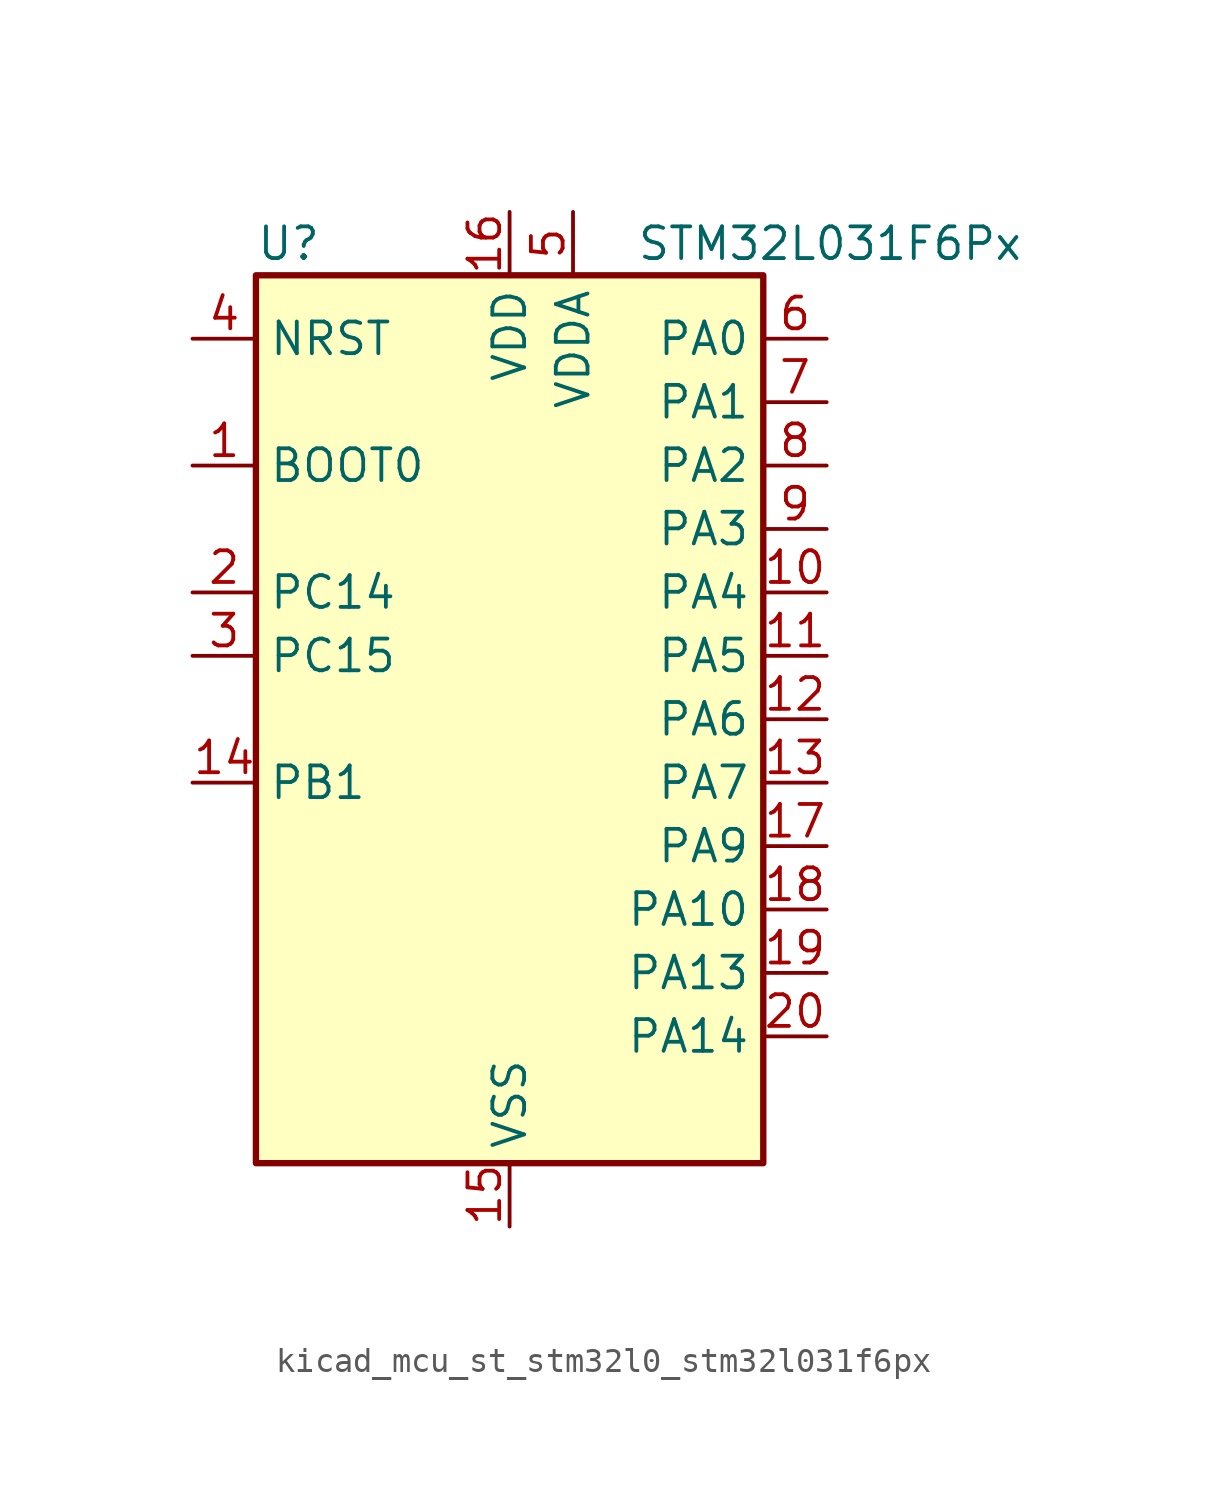
<source format=kicad_sym>
(kicad_symbol_lib
  (version 20220914)
  (generator kicad_symbol_editor)
  (symbol "kicad_mcu_st_stm32l0_stm32l031f6px"
    (property "Reference" "U"
      (at -10.16 19.05 0)
      (effects (font (size 1.27 1.27)) (justify left)))
    (property "Value" "STM32L031F6Px"
      (at 5.08 19.05 0)
      (effects (font (size 1.27 1.27)) (justify left)))
    (property "ki_locked" ""
      (at 0 0 0)
      (effects (font (size 1.27 1.27))))
    (symbol "kicad_mcu_st_stm32l0_stm32l031f6px_0_1"
      (rectangle (start -10.16 -17.78) (end 10.16 17.78) (stroke (width 0.254) (type default)) (fill (type background))))
    (symbol "kicad_mcu_st_stm32l0_stm32l031f6px_1_1"
      (pin input line (at -12.7 10.16 0) (length 2.54) (name "BOOT0" (effects (font (size 1.27 1.27)))) (number "1" (effects (font (size 1.27 1.27)))))
      (pin bidirectional line (at 12.7 5.08 180) (length 2.54) (name "PA4" (effects (font (size 1.27 1.27)))) (number "10" (effects (font (size 1.27 1.27)))) (alternate "ADC_IN4" bidirectional line) (alternate "COMP1_INM" bidirectional line) (alternate "COMP2_INM" bidirectional line) (alternate "LPTIM1_IN1" bidirectional line) (alternate "SPI1_NSS" bidirectional line) (alternate "TIM22_ETR" bidirectional line) (alternate "USART2_CK" bidirectional line))
      (pin bidirectional line (at 12.7 2.54 180) (length 2.54) (name "PA5" (effects (font (size 1.27 1.27)))) (number "11" (effects (font (size 1.27 1.27)))) (alternate "ADC_IN5" bidirectional line) (alternate "COMP1_INM" bidirectional line) (alternate "COMP2_INM" bidirectional line) (alternate "LPTIM1_IN2" bidirectional line) (alternate "SPI1_SCK" bidirectional line) (alternate "TIM2_CH1" bidirectional line) (alternate "TIM2_ETR" bidirectional line))
      (pin bidirectional line (at 12.7 0 180) (length 2.54) (name "PA6" (effects (font (size 1.27 1.27)))) (number "12" (effects (font (size 1.27 1.27)))) (alternate "ADC_IN6" bidirectional line) (alternate "COMP1_OUT" bidirectional line) (alternate "LPTIM1_ETR" bidirectional line) (alternate "LPUART1_CTS" bidirectional line) (alternate "SPI1_MISO" bidirectional line) (alternate "TIM22_CH1" bidirectional line))
      (pin bidirectional line (at 12.7 -2.54 180) (length 2.54) (name "PA7" (effects (font (size 1.27 1.27)))) (number "13" (effects (font (size 1.27 1.27)))) (alternate "ADC_IN7" bidirectional line) (alternate "COMP2_OUT" bidirectional line) (alternate "LPTIM1_OUT" bidirectional line) (alternate "SPI1_MOSI" bidirectional line) (alternate "TIM22_CH2" bidirectional line) (alternate "USART2_CTS" bidirectional line))
      (pin bidirectional line (at -12.7 -2.54 0) (length 2.54) (name "PB1" (effects (font (size 1.27 1.27)))) (number "14" (effects (font (size 1.27 1.27)))) (alternate "ADC_IN9" bidirectional line) (alternate "LPUART1_DE" bidirectional line) (alternate "LPUART1_RTS" bidirectional line) (alternate "SPI1_MOSI" bidirectional line) (alternate "SYS_VREF_OUT_PB1" bidirectional line) (alternate "TIM2_CH4" bidirectional line) (alternate "USART2_CK" bidirectional line))
      (pin power_in line (at 0 -20.32 90) (length 2.54) (name "VSS" (effects (font (size 1.27 1.27)))) (number "15" (effects (font (size 1.27 1.27)))))
      (pin power_in line (at 0 20.32 270) (length 2.54) (name "VDD" (effects (font (size 1.27 1.27)))) (number "16" (effects (font (size 1.27 1.27)))))
      (pin bidirectional line (at 12.7 -5.08 180) (length 2.54) (name "PA9" (effects (font (size 1.27 1.27)))) (number "17" (effects (font (size 1.27 1.27)))) (alternate "I2C1_SCL" bidirectional line) (alternate "RCC_MCO" bidirectional line) (alternate "TIM22_CH1" bidirectional line) (alternate "USART2_TX" bidirectional line))
      (pin bidirectional line (at 12.7 -7.62 180) (length 2.54) (name "PA10" (effects (font (size 1.27 1.27)))) (number "18" (effects (font (size 1.27 1.27)))) (alternate "I2C1_SDA" bidirectional line) (alternate "TIM22_CH2" bidirectional line) (alternate "USART2_RX" bidirectional line))
      (pin bidirectional line (at 12.7 -10.16 180) (length 2.54) (name "PA13" (effects (font (size 1.27 1.27)))) (number "19" (effects (font (size 1.27 1.27)))) (alternate "LPTIM1_ETR" bidirectional line) (alternate "LPUART1_RX" bidirectional line) (alternate "SYS_SWDIO" bidirectional line))
      (pin bidirectional line (at -12.7 5.08 0) (length 2.54) (name "PC14" (effects (font (size 1.27 1.27)))) (number "2" (effects (font (size 1.27 1.27)))) (alternate "RCC_OSC32_IN" bidirectional line))
      (pin bidirectional line (at 12.7 -12.7 180) (length 2.54) (name "PA14" (effects (font (size 1.27 1.27)))) (number "20" (effects (font (size 1.27 1.27)))) (alternate "I2C1_SMBA" bidirectional line) (alternate "LPTIM1_OUT" bidirectional line) (alternate "LPUART1_TX" bidirectional line) (alternate "SYS_SWCLK" bidirectional line) (alternate "USART2_TX" bidirectional line))
      (pin bidirectional line (at -12.7 2.54 0) (length 2.54) (name "PC15" (effects (font (size 1.27 1.27)))) (number "3" (effects (font (size 1.27 1.27)))) (alternate "RCC_OSC32_OUT" bidirectional line))
      (pin input line (at -12.7 15.24 0) (length 2.54) (name "NRST" (effects (font (size 1.27 1.27)))) (number "4" (effects (font (size 1.27 1.27)))))
      (pin power_in line (at 2.54 20.32 270) (length 2.54) (name "VDDA" (effects (font (size 1.27 1.27)))) (number "5" (effects (font (size 1.27 1.27)))))
      (pin bidirectional line (at 12.7 15.24 180) (length 2.54) (name "PA0" (effects (font (size 1.27 1.27)))) (number "6" (effects (font (size 1.27 1.27)))) (alternate "ADC_IN0" bidirectional line) (alternate "COMP1_INM" bidirectional line) (alternate "COMP1_OUT" bidirectional line) (alternate "LPTIM1_IN1" bidirectional line) (alternate "RCC_CK_IN" bidirectional line) (alternate "RTC_TAMP2" bidirectional line) (alternate "SYS_WKUP1" bidirectional line) (alternate "TIM2_CH1" bidirectional line) (alternate "TIM2_ETR" bidirectional line) (alternate "USART2_CTS" bidirectional line))
      (pin bidirectional line (at 12.7 12.7 180) (length 2.54) (name "PA1" (effects (font (size 1.27 1.27)))) (number "7" (effects (font (size 1.27 1.27)))) (alternate "ADC_IN1" bidirectional line) (alternate "COMP1_INP" bidirectional line) (alternate "I2C1_SMBA" bidirectional line) (alternate "LPTIM1_IN2" bidirectional line) (alternate "TIM21_ETR" bidirectional line) (alternate "TIM2_CH2" bidirectional line) (alternate "USART2_DE" bidirectional line) (alternate "USART2_RTS" bidirectional line))
      (pin bidirectional line (at 12.7 10.16 180) (length 2.54) (name "PA2" (effects (font (size 1.27 1.27)))) (number "8" (effects (font (size 1.27 1.27)))) (alternate "ADC_IN2" bidirectional line) (alternate "COMP2_INM" bidirectional line) (alternate "COMP2_OUT" bidirectional line) (alternate "LPUART1_TX" bidirectional line) (alternate "RTC_OUT_ALARM" bidirectional line) (alternate "RTC_OUT_CALIB" bidirectional line) (alternate "RTC_TAMP3" bidirectional line) (alternate "RTC_TS" bidirectional line) (alternate "SYS_WKUP3" bidirectional line) (alternate "TIM21_CH1" bidirectional line) (alternate "TIM2_CH3" bidirectional line) (alternate "USART2_TX" bidirectional line))
      (pin bidirectional line (at 12.7 7.62 180) (length 2.54) (name "PA3" (effects (font (size 1.27 1.27)))) (number "9" (effects (font (size 1.27 1.27)))) (alternate "ADC_IN3" bidirectional line) (alternate "COMP2_INP" bidirectional line) (alternate "LPUART1_RX" bidirectional line) (alternate "TIM21_CH2" bidirectional line) (alternate "TIM2_CH4" bidirectional line) (alternate "USART2_RX" bidirectional line)))))
</source>
